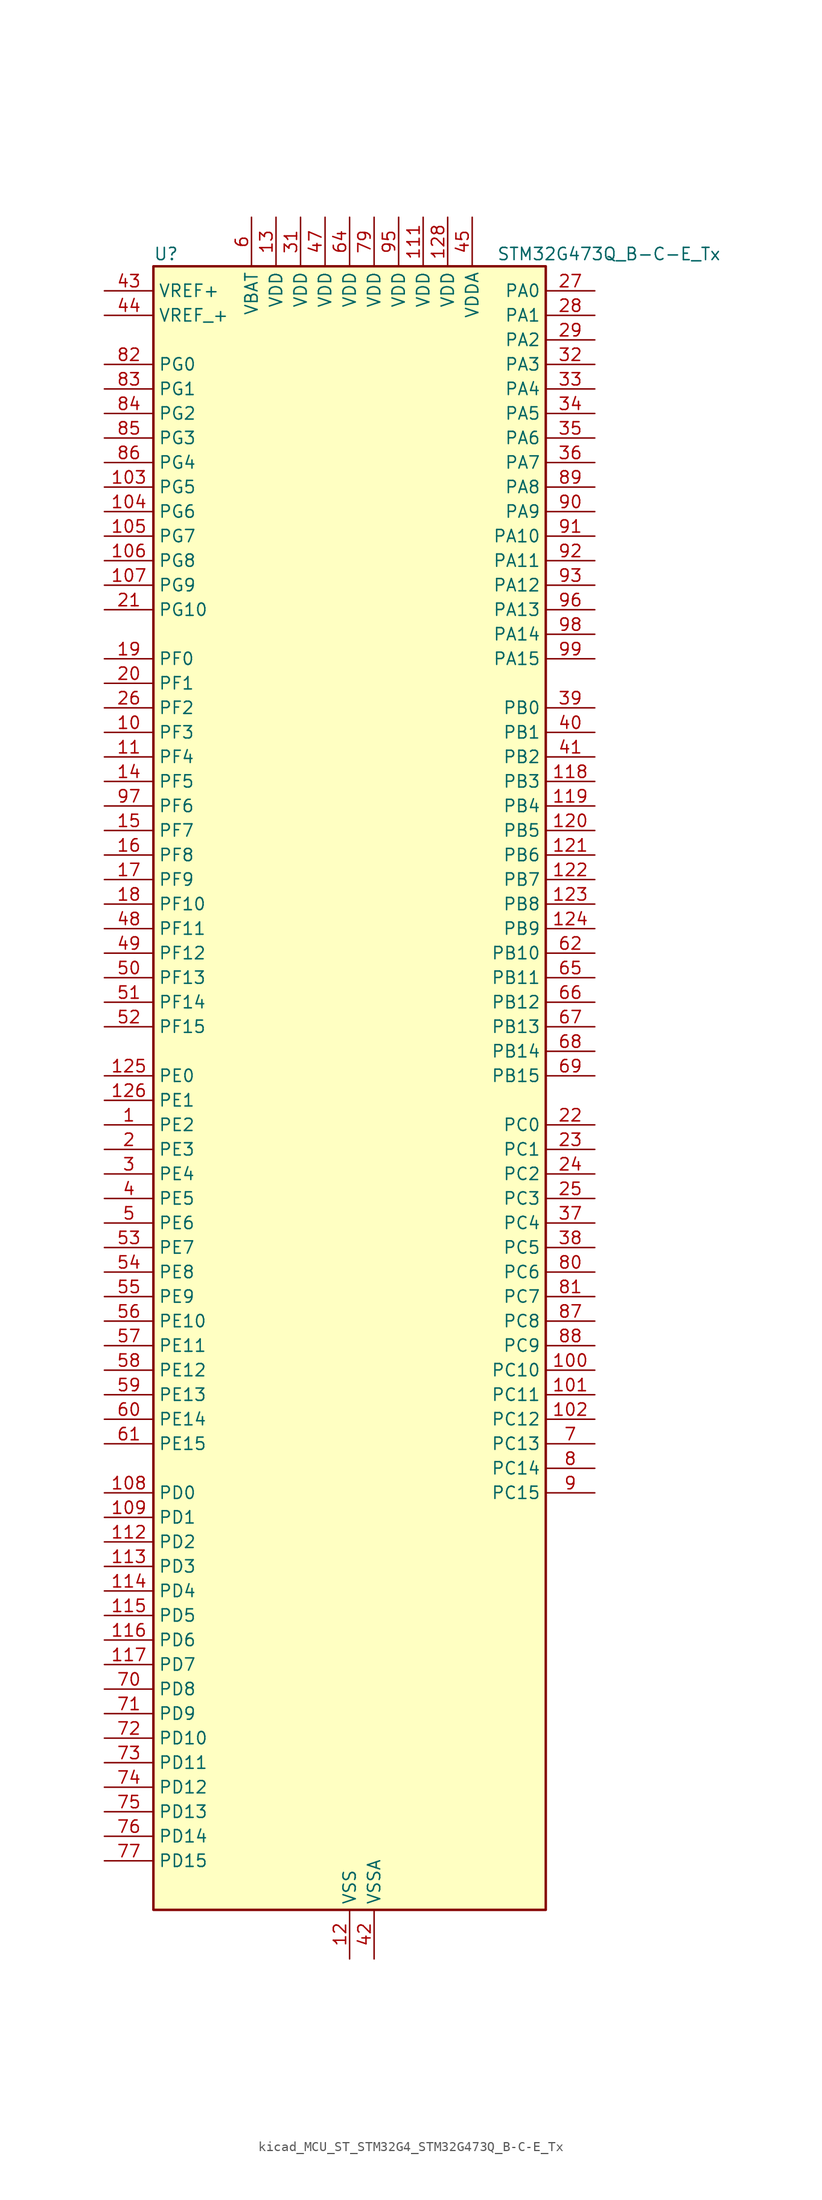
<source format=kicad_sym>
(kicad_symbol_lib
  (version 20220914)
  (generator kicad_symbol_editor)
  (symbol "kicad_MCU_ST_STM32G4_STM32G473Q_B-C-E_Tx"
    (property "Reference" "U"
      (at -20.32 87.63 0)
      (effects (font (size 1.27 1.27)) (justify left)))
    (property "Value" "STM32G473Q_B-C-E_Tx"
      (at 15.24 87.63 0)
      (effects (font (size 1.27 1.27)) (justify left)))
    (property "ki_locked" ""
      (at 0 0 0)
      (effects (font (size 1.27 1.27))))
    (symbol "kicad_MCU_ST_STM32G4_STM32G473Q_B-C-E_Tx_0_1"
      (rectangle (start -20.32 -83.82) (end 20.32 86.36) (stroke (width 0.254) (type default)) (fill (type background))))
    (symbol "kicad_MCU_ST_STM32G4_STM32G473Q_B-C-E_Tx_1_1"
      (pin bidirectional line (at -25.4 -2.54 0) (length 5.08) (name "PE2" (effects (font (size 1.27 1.27)))) (number "1" (effects (font (size 1.27 1.27)))) (alternate "ADC3_EXTI2" bidirectional line) (alternate "ADC4_EXTI2" bidirectional line) (alternate "ADC5_EXTI2" bidirectional line) (alternate "FMC_A23" bidirectional line) (alternate "SAI1_CK1" bidirectional line) (alternate "SAI1_MCLK_A" bidirectional line) (alternate "SPI4_SCK" bidirectional line) (alternate "SYS_TRACECLK" bidirectional line) (alternate "TIM20_CH1" bidirectional line) (alternate "TIM3_CH1" bidirectional line))
      (pin bidirectional line (at -25.4 38.1 0) (length 5.08) (name "PF3" (effects (font (size 1.27 1.27)))) (number "10" (effects (font (size 1.27 1.27)))) (alternate "ADC3_EXTI3" bidirectional line) (alternate "ADC4_EXTI3" bidirectional line) (alternate "ADC5_EXTI3" bidirectional line) (alternate "FMC_A3" bidirectional line) (alternate "I2C3_SCL" bidirectional line) (alternate "TIM20_CH4" bidirectional line))
      (pin bidirectional line (at 25.4 -27.94 180) (length 5.08) (name "PC10" (effects (font (size 1.27 1.27)))) (number "100" (effects (font (size 1.27 1.27)))) (alternate "DAC1_EXTI10" bidirectional line) (alternate "DAC2_EXTI10" bidirectional line) (alternate "DAC3_EXTI10" bidirectional line) (alternate "DAC4_EXTI10" bidirectional line) (alternate "I2S3_CK" bidirectional line) (alternate "SPI3_SCK" bidirectional line) (alternate "TIM8_CH1N" bidirectional line) (alternate "UART4_TX" bidirectional line) (alternate "USART3_TX" bidirectional line))
      (pin bidirectional line (at 25.4 -30.48 180) (length 5.08) (name "PC11" (effects (font (size 1.27 1.27)))) (number "101" (effects (font (size 1.27 1.27)))) (alternate "ADC1_EXTI11" bidirectional line) (alternate "ADC2_EXTI11" bidirectional line) (alternate "I2C3_SDA" bidirectional line) (alternate "SPI3_MISO" bidirectional line) (alternate "TIM8_CH2N" bidirectional line) (alternate "UART4_RX" bidirectional line) (alternate "USART3_RX" bidirectional line))
      (pin bidirectional line (at 25.4 -33.02 180) (length 5.08) (name "PC12" (effects (font (size 1.27 1.27)))) (number "102" (effects (font (size 1.27 1.27)))) (alternate "I2S3_SD" bidirectional line) (alternate "SPI3_MOSI" bidirectional line) (alternate "TIM5_CH2" bidirectional line) (alternate "TIM8_CH3N" bidirectional line) (alternate "UART5_TX" bidirectional line) (alternate "UCPD1_FRSTX1" bidirectional line) (alternate "UCPD1_FRSTX2" bidirectional line) (alternate "USART3_CK" bidirectional line))
      (pin bidirectional line (at -25.4 63.5 0) (length 5.08) (name "PG5" (effects (font (size 1.27 1.27)))) (number "103" (effects (font (size 1.27 1.27)))) (alternate "FMC_A15" bidirectional line) (alternate "LPUART1_CTS" bidirectional line) (alternate "SPI1_NSS" bidirectional line) (alternate "TIM20_ETR" bidirectional line))
      (pin bidirectional line (at -25.4 60.96 0) (length 5.08) (name "PG6" (effects (font (size 1.27 1.27)))) (number "104" (effects (font (size 1.27 1.27)))) (alternate "FMC_INT" bidirectional line) (alternate "I2C3_SMBA" bidirectional line) (alternate "LPUART1_DE" bidirectional line) (alternate "LPUART1_RTS" bidirectional line) (alternate "TIM20_BKIN" bidirectional line))
      (pin bidirectional line (at -25.4 58.42 0) (length 5.08) (name "PG7" (effects (font (size 1.27 1.27)))) (number "105" (effects (font (size 1.27 1.27)))) (alternate "FMC_INT" bidirectional line) (alternate "I2C3_SCL" bidirectional line) (alternate "LPUART1_TX" bidirectional line) (alternate "SAI1_CK1" bidirectional line) (alternate "SAI1_MCLK_A" bidirectional line))
      (pin bidirectional line (at -25.4 55.88 0) (length 5.08) (name "PG8" (effects (font (size 1.27 1.27)))) (number "106" (effects (font (size 1.27 1.27)))) (alternate "FMC_NE3" bidirectional line) (alternate "I2C3_SDA" bidirectional line) (alternate "LPUART1_RX" bidirectional line))
      (pin bidirectional line (at -25.4 53.34 0) (length 5.08) (name "PG9" (effects (font (size 1.27 1.27)))) (number "107" (effects (font (size 1.27 1.27)))) (alternate "DAC1_EXTI9" bidirectional line) (alternate "DAC2_EXTI9" bidirectional line) (alternate "DAC3_EXTI9" bidirectional line) (alternate "DAC4_EXTI9" bidirectional line) (alternate "FMC_NCE" bidirectional line) (alternate "FMC_NE2" bidirectional line) (alternate "SPI3_SCK" bidirectional line) (alternate "TIM15_CH1N" bidirectional line) (alternate "USART1_TX" bidirectional line))
      (pin bidirectional line (at -25.4 -40.64 0) (length 5.08) (name "PD0" (effects (font (size 1.27 1.27)))) (number "108" (effects (font (size 1.27 1.27)))) (alternate "FDCAN1_RX" bidirectional line) (alternate "FMC_D2" bidirectional line) (alternate "FMC_DA2" bidirectional line) (alternate "TIM8_CH4N" bidirectional line))
      (pin bidirectional line (at -25.4 -43.18 0) (length 5.08) (name "PD1" (effects (font (size 1.27 1.27)))) (number "109" (effects (font (size 1.27 1.27)))) (alternate "FDCAN1_TX" bidirectional line) (alternate "FMC_D3" bidirectional line) (alternate "FMC_DA3" bidirectional line) (alternate "TIM8_BKIN2" bidirectional line) (alternate "TIM8_CH4" bidirectional line))
      (pin bidirectional line (at -25.4 35.56 0) (length 5.08) (name "PF4" (effects (font (size 1.27 1.27)))) (number "11" (effects (font (size 1.27 1.27)))) (alternate "COMP1_OUT" bidirectional line) (alternate "FMC_A4" bidirectional line) (alternate "I2C3_SDA" bidirectional line) (alternate "TIM20_CH1N" bidirectional line))
      (pin passive line (at 0 -88.9 90) (length 5.08) hide (name "VSS" (effects (font (size 1.27 1.27)))) (number "110" (effects (font (size 1.27 1.27)))))
      (pin power_in line (at 7.62 91.44 270) (length 5.08) (name "VDD" (effects (font (size 1.27 1.27)))) (number "111" (effects (font (size 1.27 1.27)))))
      (pin bidirectional line (at -25.4 -45.72 0) (length 5.08) (name "PD2" (effects (font (size 1.27 1.27)))) (number "112" (effects (font (size 1.27 1.27)))) (alternate "ADC3_EXTI2" bidirectional line) (alternate "ADC4_EXTI2" bidirectional line) (alternate "ADC5_EXTI2" bidirectional line) (alternate "TIM3_ETR" bidirectional line) (alternate "TIM8_BKIN" bidirectional line) (alternate "UART5_RX" bidirectional line))
      (pin bidirectional line (at -25.4 -48.26 0) (length 5.08) (name "PD3" (effects (font (size 1.27 1.27)))) (number "113" (effects (font (size 1.27 1.27)))) (alternate "ADC3_EXTI3" bidirectional line) (alternate "ADC4_EXTI3" bidirectional line) (alternate "ADC5_EXTI3" bidirectional line) (alternate "FMC_CLK" bidirectional line) (alternate "QUADSPI1_BK2_NCS" bidirectional line) (alternate "TIM2_CH1" bidirectional line) (alternate "TIM2_ETR" bidirectional line) (alternate "USART2_CTS" bidirectional line) (alternate "USART2_NSS" bidirectional line))
      (pin bidirectional line (at -25.4 -50.8 0) (length 5.08) (name "PD4" (effects (font (size 1.27 1.27)))) (number "114" (effects (font (size 1.27 1.27)))) (alternate "FMC_NOE" bidirectional line) (alternate "QUADSPI1_BK2_IO0" bidirectional line) (alternate "TIM2_CH2" bidirectional line) (alternate "USART2_DE" bidirectional line) (alternate "USART2_RTS" bidirectional line))
      (pin bidirectional line (at -25.4 -53.34 0) (length 5.08) (name "PD5" (effects (font (size 1.27 1.27)))) (number "115" (effects (font (size 1.27 1.27)))) (alternate "FMC_NWE" bidirectional line) (alternate "QUADSPI1_BK2_IO1" bidirectional line) (alternate "USART2_TX" bidirectional line))
      (pin bidirectional line (at -25.4 -55.88 0) (length 5.08) (name "PD6" (effects (font (size 1.27 1.27)))) (number "116" (effects (font (size 1.27 1.27)))) (alternate "FMC_NWAIT" bidirectional line) (alternate "QUADSPI1_BK2_IO2" bidirectional line) (alternate "SAI1_D1" bidirectional line) (alternate "SAI1_SD_A" bidirectional line) (alternate "TIM2_CH4" bidirectional line) (alternate "USART2_RX" bidirectional line))
      (pin bidirectional line (at -25.4 -58.42 0) (length 5.08) (name "PD7" (effects (font (size 1.27 1.27)))) (number "117" (effects (font (size 1.27 1.27)))) (alternate "FMC_NCE" bidirectional line) (alternate "FMC_NE1" bidirectional line) (alternate "QUADSPI1_BK2_IO3" bidirectional line) (alternate "TIM2_CH3" bidirectional line) (alternate "USART2_CK" bidirectional line))
      (pin bidirectional line (at 25.4 33.02 180) (length 5.08) (name "PB3" (effects (font (size 1.27 1.27)))) (number "118" (effects (font (size 1.27 1.27)))) (alternate "ADC3_EXTI3" bidirectional line) (alternate "ADC4_EXTI3" bidirectional line) (alternate "ADC5_EXTI3" bidirectional line) (alternate "CRS_SYNC" bidirectional line) (alternate "FDCAN3_RX" bidirectional line) (alternate "I2S3_CK" bidirectional line) (alternate "SAI1_SCK_B" bidirectional line) (alternate "SPI1_SCK" bidirectional line) (alternate "SPI3_SCK" bidirectional line) (alternate "SYS_JTDO-SWO" bidirectional line) (alternate "TIM2_CH2" bidirectional line) (alternate "TIM3_ETR" bidirectional line) (alternate "TIM4_ETR" bidirectional line) (alternate "TIM8_CH1N" bidirectional line) (alternate "USART2_TX" bidirectional line))
      (pin bidirectional line (at 25.4 30.48 180) (length 5.08) (name "PB4" (effects (font (size 1.27 1.27)))) (number "119" (effects (font (size 1.27 1.27)))) (alternate "FDCAN3_TX" bidirectional line) (alternate "SAI1_MCLK_B" bidirectional line) (alternate "SPI1_MISO" bidirectional line) (alternate "SPI3_MISO" bidirectional line) (alternate "SYS_JTRST" bidirectional line) (alternate "TIM16_CH1" bidirectional line) (alternate "TIM17_BKIN" bidirectional line) (alternate "TIM3_CH1" bidirectional line) (alternate "TIM8_CH2N" bidirectional line) (alternate "UART5_DE" bidirectional line) (alternate "UART5_RTS" bidirectional line) (alternate "UCPD1_CC2" bidirectional line) (alternate "USART2_RX" bidirectional line))
      (pin power_in line (at 0 -88.9 90) (length 5.08) (name "VSS" (effects (font (size 1.27 1.27)))) (number "12" (effects (font (size 1.27 1.27)))))
      (pin bidirectional line (at 25.4 27.94 180) (length 5.08) (name "PB5" (effects (font (size 1.27 1.27)))) (number "120" (effects (font (size 1.27 1.27)))) (alternate "FDCAN2_RX" bidirectional line) (alternate "I2C1_SMBA" bidirectional line) (alternate "I2C3_SDA" bidirectional line) (alternate "I2S3_SD" bidirectional line) (alternate "LPTIM1_IN1" bidirectional line) (alternate "SAI1_SD_B" bidirectional line) (alternate "SPI1_MOSI" bidirectional line) (alternate "SPI3_MOSI" bidirectional line) (alternate "TIM16_BKIN" bidirectional line) (alternate "TIM17_CH1" bidirectional line) (alternate "TIM3_CH2" bidirectional line) (alternate "TIM8_CH3N" bidirectional line) (alternate "UART5_CTS" bidirectional line) (alternate "USART2_CK" bidirectional line))
      (pin bidirectional line (at 25.4 25.4 180) (length 5.08) (name "PB6" (effects (font (size 1.27 1.27)))) (number "121" (effects (font (size 1.27 1.27)))) (alternate "COMP4_OUT" bidirectional line) (alternate "FDCAN2_TX" bidirectional line) (alternate "LPTIM1_ETR" bidirectional line) (alternate "SAI1_FS_B" bidirectional line) (alternate "TIM16_CH1N" bidirectional line) (alternate "TIM4_CH1" bidirectional line) (alternate "TIM8_BKIN2" bidirectional line) (alternate "TIM8_CH1" bidirectional line) (alternate "TIM8_ETR" bidirectional line) (alternate "UCPD1_CC1" bidirectional line) (alternate "USART1_TX" bidirectional line))
      (pin bidirectional line (at 25.4 22.86 180) (length 5.08) (name "PB7" (effects (font (size 1.27 1.27)))) (number "122" (effects (font (size 1.27 1.27)))) (alternate "COMP3_OUT" bidirectional line) (alternate "FMC_NL" bidirectional line) (alternate "I2C1_SDA" bidirectional line) (alternate "I2C4_SDA" bidirectional line) (alternate "LPTIM1_IN2" bidirectional line) (alternate "SYS_PVD_IN" bidirectional line) (alternate "TIM17_CH1N" bidirectional line) (alternate "TIM3_CH4" bidirectional line) (alternate "TIM4_CH2" bidirectional line) (alternate "TIM8_BKIN" bidirectional line) (alternate "UART4_CTS" bidirectional line) (alternate "USART1_RX" bidirectional line))
      (pin bidirectional line (at 25.4 20.32 180) (length 5.08) (name "PB8" (effects (font (size 1.27 1.27)))) (number "123" (effects (font (size 1.27 1.27)))) (alternate "COMP1_OUT" bidirectional line) (alternate "FDCAN1_RX" bidirectional line) (alternate "I2C1_SCL" bidirectional line) (alternate "SAI1_CK1" bidirectional line) (alternate "SAI1_MCLK_A" bidirectional line) (alternate "TIM16_CH1" bidirectional line) (alternate "TIM1_BKIN" bidirectional line) (alternate "TIM4_CH3" bidirectional line) (alternate "TIM8_CH2" bidirectional line) (alternate "USART3_RX" bidirectional line))
      (pin bidirectional line (at 25.4 17.78 180) (length 5.08) (name "PB9" (effects (font (size 1.27 1.27)))) (number "124" (effects (font (size 1.27 1.27)))) (alternate "COMP2_OUT" bidirectional line) (alternate "DAC1_EXTI9" bidirectional line) (alternate "DAC2_EXTI9" bidirectional line) (alternate "DAC3_EXTI9" bidirectional line) (alternate "DAC4_EXTI9" bidirectional line) (alternate "FDCAN1_TX" bidirectional line) (alternate "I2C1_SDA" bidirectional line) (alternate "IR_OUT" bidirectional line) (alternate "SAI1_D2" bidirectional line) (alternate "SAI1_FS_A" bidirectional line) (alternate "TIM17_CH1" bidirectional line) (alternate "TIM1_CH3N" bidirectional line) (alternate "TIM4_CH4" bidirectional line) (alternate "TIM8_CH3" bidirectional line) (alternate "USART3_TX" bidirectional line))
      (pin bidirectional line (at -25.4 2.54 0) (length 5.08) (name "PE0" (effects (font (size 1.27 1.27)))) (number "125" (effects (font (size 1.27 1.27)))) (alternate "FMC_NBL0" bidirectional line) (alternate "TIM16_CH1" bidirectional line) (alternate "TIM20_CH4N" bidirectional line) (alternate "TIM20_ETR" bidirectional line) (alternate "TIM4_ETR" bidirectional line) (alternate "USART1_TX" bidirectional line))
      (pin bidirectional line (at -25.4 0 0) (length 5.08) (name "PE1" (effects (font (size 1.27 1.27)))) (number "126" (effects (font (size 1.27 1.27)))) (alternate "FMC_NBL1" bidirectional line) (alternate "TIM17_CH1" bidirectional line) (alternate "TIM20_CH4" bidirectional line) (alternate "USART1_RX" bidirectional line))
      (pin passive line (at 0 -88.9 90) (length 5.08) hide (name "VSS" (effects (font (size 1.27 1.27)))) (number "127" (effects (font (size 1.27 1.27)))))
      (pin power_in line (at 10.16 91.44 270) (length 5.08) (name "VDD" (effects (font (size 1.27 1.27)))) (number "128" (effects (font (size 1.27 1.27)))))
      (pin power_in line (at -7.62 91.44 270) (length 5.08) (name "VDD" (effects (font (size 1.27 1.27)))) (number "13" (effects (font (size 1.27 1.27)))))
      (pin bidirectional line (at -25.4 33.02 0) (length 5.08) (name "PF5" (effects (font (size 1.27 1.27)))) (number "14" (effects (font (size 1.27 1.27)))) (alternate "FMC_A5" bidirectional line) (alternate "TIM20_CH2N" bidirectional line))
      (pin bidirectional line (at -25.4 27.94 0) (length 5.08) (name "PF7" (effects (font (size 1.27 1.27)))) (number "15" (effects (font (size 1.27 1.27)))) (alternate "FMC_A1" bidirectional line) (alternate "QUADSPI1_BK1_IO2" bidirectional line) (alternate "SAI1_MCLK_B" bidirectional line) (alternate "TIM20_BKIN" bidirectional line) (alternate "TIM5_CH2" bidirectional line))
      (pin bidirectional line (at -25.4 25.4 0) (length 5.08) (name "PF8" (effects (font (size 1.27 1.27)))) (number "16" (effects (font (size 1.27 1.27)))) (alternate "FMC_A24" bidirectional line) (alternate "QUADSPI1_BK1_IO0" bidirectional line) (alternate "SAI1_SCK_B" bidirectional line) (alternate "TIM20_BKIN2" bidirectional line) (alternate "TIM5_CH3" bidirectional line))
      (pin bidirectional line (at -25.4 22.86 0) (length 5.08) (name "PF9" (effects (font (size 1.27 1.27)))) (number "17" (effects (font (size 1.27 1.27)))) (alternate "DAC1_EXTI9" bidirectional line) (alternate "DAC2_EXTI9" bidirectional line) (alternate "DAC3_EXTI9" bidirectional line) (alternate "DAC4_EXTI9" bidirectional line) (alternate "FMC_A25" bidirectional line) (alternate "QUADSPI1_BK1_IO1" bidirectional line) (alternate "SAI1_FS_B" bidirectional line) (alternate "SPI2_SCK" bidirectional line) (alternate "TIM15_CH1" bidirectional line) (alternate "TIM20_BKIN" bidirectional line) (alternate "TIM5_CH4" bidirectional line))
      (pin bidirectional line (at -25.4 20.32 0) (length 5.08) (name "PF10" (effects (font (size 1.27 1.27)))) (number "18" (effects (font (size 1.27 1.27)))) (alternate "DAC1_EXTI10" bidirectional line) (alternate "DAC2_EXTI10" bidirectional line) (alternate "DAC3_EXTI10" bidirectional line) (alternate "DAC4_EXTI10" bidirectional line) (alternate "FMC_A0" bidirectional line) (alternate "QUADSPI1_CLK" bidirectional line) (alternate "SAI1_D3" bidirectional line) (alternate "SPI2_SCK" bidirectional line) (alternate "TIM15_CH2" bidirectional line) (alternate "TIM20_BKIN2" bidirectional line))
      (pin bidirectional line (at -25.4 45.72 0) (length 5.08) (name "PF0" (effects (font (size 1.27 1.27)))) (number "19" (effects (font (size 1.27 1.27)))) (alternate "ADC1_IN10" bidirectional line) (alternate "I2C2_SDA" bidirectional line) (alternate "I2S2_WS" bidirectional line) (alternate "RCC_OSC_IN" bidirectional line) (alternate "SPI2_NSS" bidirectional line) (alternate "TIM1_CH3N" bidirectional line))
      (pin bidirectional line (at -25.4 -5.08 0) (length 5.08) (name "PE3" (effects (font (size 1.27 1.27)))) (number "2" (effects (font (size 1.27 1.27)))) (alternate "ADC3_EXTI3" bidirectional line) (alternate "ADC4_EXTI3" bidirectional line) (alternate "ADC5_EXTI3" bidirectional line) (alternate "FMC_A19" bidirectional line) (alternate "SAI1_SD_B" bidirectional line) (alternate "SPI4_NSS" bidirectional line) (alternate "SYS_TRACED0" bidirectional line) (alternate "TIM20_CH2" bidirectional line) (alternate "TIM3_CH2" bidirectional line))
      (pin bidirectional line (at -25.4 43.18 0) (length 5.08) (name "PF1" (effects (font (size 1.27 1.27)))) (number "20" (effects (font (size 1.27 1.27)))) (alternate "ADC2_IN10" bidirectional line) (alternate "COMP3_INM" bidirectional line) (alternate "I2S2_CK" bidirectional line) (alternate "RCC_OSC_OUT" bidirectional line) (alternate "SPI2_SCK" bidirectional line))
      (pin bidirectional line (at -25.4 50.8 0) (length 5.08) (name "PG10" (effects (font (size 1.27 1.27)))) (number "21" (effects (font (size 1.27 1.27)))) (alternate "DAC1_EXTI10" bidirectional line) (alternate "DAC2_EXTI10" bidirectional line) (alternate "DAC3_EXTI10" bidirectional line) (alternate "DAC4_EXTI10" bidirectional line) (alternate "RCC_MCO" bidirectional line))
      (pin bidirectional line (at 25.4 -2.54 180) (length 5.08) (name "PC0" (effects (font (size 1.27 1.27)))) (number "22" (effects (font (size 1.27 1.27)))) (alternate "ADC1_IN6" bidirectional line) (alternate "ADC2_IN6" bidirectional line) (alternate "COMP3_INM" bidirectional line) (alternate "LPTIM1_IN1" bidirectional line) (alternate "LPUART1_RX" bidirectional line) (alternate "TIM1_CH1" bidirectional line))
      (pin bidirectional line (at 25.4 -5.08 180) (length 5.08) (name "PC1" (effects (font (size 1.27 1.27)))) (number "23" (effects (font (size 1.27 1.27)))) (alternate "ADC1_IN7" bidirectional line) (alternate "ADC2_IN7" bidirectional line) (alternate "COMP3_INP" bidirectional line) (alternate "LPTIM1_OUT" bidirectional line) (alternate "LPUART1_TX" bidirectional line) (alternate "QUADSPI1_BK2_IO0" bidirectional line) (alternate "SAI1_SD_A" bidirectional line) (alternate "TIM1_CH2" bidirectional line))
      (pin bidirectional line (at 25.4 -7.62 180) (length 5.08) (name "PC2" (effects (font (size 1.27 1.27)))) (number "24" (effects (font (size 1.27 1.27)))) (alternate "ADC1_IN8" bidirectional line) (alternate "ADC2_IN8" bidirectional line) (alternate "ADC3_EXTI2" bidirectional line) (alternate "ADC4_EXTI2" bidirectional line) (alternate "ADC5_EXTI2" bidirectional line) (alternate "COMP3_OUT" bidirectional line) (alternate "LPTIM1_IN2" bidirectional line) (alternate "QUADSPI1_BK2_IO1" bidirectional line) (alternate "TIM1_CH3" bidirectional line) (alternate "TIM20_CH2" bidirectional line))
      (pin bidirectional line (at 25.4 -10.16 180) (length 5.08) (name "PC3" (effects (font (size 1.27 1.27)))) (number "25" (effects (font (size 1.27 1.27)))) (alternate "ADC1_IN9" bidirectional line) (alternate "ADC2_IN9" bidirectional line) (alternate "ADC3_EXTI3" bidirectional line) (alternate "ADC4_EXTI3" bidirectional line) (alternate "ADC5_EXTI3" bidirectional line) (alternate "LPTIM1_ETR" bidirectional line) (alternate "OPAMP5_VINP" bidirectional line) (alternate "OPAMP5_VINP_SEC" bidirectional line) (alternate "QUADSPI1_BK2_IO2" bidirectional line) (alternate "SAI1_D1" bidirectional line) (alternate "SAI1_SD_A" bidirectional line) (alternate "TIM1_BKIN2" bidirectional line) (alternate "TIM1_CH4" bidirectional line))
      (pin bidirectional line (at -25.4 40.64 0) (length 5.08) (name "PF2" (effects (font (size 1.27 1.27)))) (number "26" (effects (font (size 1.27 1.27)))) (alternate "ADC3_EXTI2" bidirectional line) (alternate "ADC4_EXTI2" bidirectional line) (alternate "ADC5_EXTI2" bidirectional line) (alternate "FMC_A2" bidirectional line) (alternate "I2C2_SMBA" bidirectional line) (alternate "TIM20_CH3" bidirectional line))
      (pin bidirectional line (at 25.4 83.82 180) (length 5.08) (name "PA0" (effects (font (size 1.27 1.27)))) (number "27" (effects (font (size 1.27 1.27)))) (alternate "ADC1_IN1" bidirectional line) (alternate "ADC2_IN1" bidirectional line) (alternate "COMP1_INM" bidirectional line) (alternate "COMP1_OUT" bidirectional line) (alternate "COMP3_INP" bidirectional line) (alternate "RTC_TAMP2" bidirectional line) (alternate "SYS_WKUP1" bidirectional line) (alternate "TIM2_CH1" bidirectional line) (alternate "TIM2_ETR" bidirectional line) (alternate "TIM5_CH1" bidirectional line) (alternate "TIM8_BKIN" bidirectional line) (alternate "TIM8_ETR" bidirectional line) (alternate "USART2_CTS" bidirectional line) (alternate "USART2_NSS" bidirectional line))
      (pin bidirectional line (at 25.4 81.28 180) (length 5.08) (name "PA1" (effects (font (size 1.27 1.27)))) (number "28" (effects (font (size 1.27 1.27)))) (alternate "ADC1_IN2" bidirectional line) (alternate "ADC2_IN2" bidirectional line) (alternate "COMP1_INP" bidirectional line) (alternate "OPAMP1_VINP" bidirectional line) (alternate "OPAMP1_VINP_SEC" bidirectional line) (alternate "OPAMP3_VINP" bidirectional line) (alternate "OPAMP3_VINP_SEC" bidirectional line) (alternate "OPAMP6_VINM" bidirectional line) (alternate "OPAMP6_VINM0" bidirectional line) (alternate "OPAMP6_VINM_SEC" bidirectional line) (alternate "RTC_REFIN" bidirectional line) (alternate "TIM15_CH1N" bidirectional line) (alternate "TIM2_CH2" bidirectional line) (alternate "TIM5_CH2" bidirectional line) (alternate "USART2_DE" bidirectional line) (alternate "USART2_RTS" bidirectional line))
      (pin bidirectional line (at 25.4 78.74 180) (length 5.08) (name "PA2" (effects (font (size 1.27 1.27)))) (number "29" (effects (font (size 1.27 1.27)))) (alternate "ADC1_IN3" bidirectional line) (alternate "ADC3_EXTI2" bidirectional line) (alternate "ADC4_EXTI2" bidirectional line) (alternate "ADC5_EXTI2" bidirectional line) (alternate "COMP2_INM" bidirectional line) (alternate "COMP2_OUT" bidirectional line) (alternate "LPUART1_TX" bidirectional line) (alternate "OPAMP1_VOUT" bidirectional line) (alternate "QUADSPI1_BK1_NCS" bidirectional line) (alternate "RCC_LSCO" bidirectional line) (alternate "SYS_WKUP4" bidirectional line) (alternate "TIM15_CH1" bidirectional line) (alternate "TIM2_CH3" bidirectional line) (alternate "TIM5_CH3" bidirectional line) (alternate "UCPD1_FRSTX1" bidirectional line) (alternate "UCPD1_FRSTX2" bidirectional line) (alternate "USART2_TX" bidirectional line))
      (pin bidirectional line (at -25.4 -7.62 0) (length 5.08) (name "PE4" (effects (font (size 1.27 1.27)))) (number "3" (effects (font (size 1.27 1.27)))) (alternate "FMC_A20" bidirectional line) (alternate "SAI1_D2" bidirectional line) (alternate "SAI1_FS_A" bidirectional line) (alternate "SPI4_NSS" bidirectional line) (alternate "SYS_TRACED1" bidirectional line) (alternate "TIM20_CH1N" bidirectional line) (alternate "TIM3_CH3" bidirectional line))
      (pin passive line (at 0 -88.9 90) (length 5.08) hide (name "VSS" (effects (font (size 1.27 1.27)))) (number "30" (effects (font (size 1.27 1.27)))))
      (pin power_in line (at -5.08 91.44 270) (length 5.08) (name "VDD" (effects (font (size 1.27 1.27)))) (number "31" (effects (font (size 1.27 1.27)))))
      (pin bidirectional line (at 25.4 76.2 180) (length 5.08) (name "PA3" (effects (font (size 1.27 1.27)))) (number "32" (effects (font (size 1.27 1.27)))) (alternate "ADC1_IN4" bidirectional line) (alternate "ADC3_EXTI3" bidirectional line) (alternate "ADC4_EXTI3" bidirectional line) (alternate "ADC5_EXTI3" bidirectional line) (alternate "COMP2_INP" bidirectional line) (alternate "LPUART1_RX" bidirectional line) (alternate "OPAMP1_VINM" bidirectional line) (alternate "OPAMP1_VINM0" bidirectional line) (alternate "OPAMP1_VINM_SEC" bidirectional line) (alternate "OPAMP1_VINP" bidirectional line) (alternate "OPAMP1_VINP_SEC" bidirectional line) (alternate "OPAMP5_VINM" bidirectional line) (alternate "OPAMP5_VINM1" bidirectional line) (alternate "OPAMP5_VINM_SEC" bidirectional line) (alternate "QUADSPI1_CLK" bidirectional line) (alternate "SAI1_CK1" bidirectional line) (alternate "SAI1_MCLK_A" bidirectional line) (alternate "TIM15_CH2" bidirectional line) (alternate "TIM2_CH4" bidirectional line) (alternate "TIM5_CH4" bidirectional line) (alternate "USART2_RX" bidirectional line))
      (pin bidirectional line (at 25.4 73.66 180) (length 5.08) (name "PA4" (effects (font (size 1.27 1.27)))) (number "33" (effects (font (size 1.27 1.27)))) (alternate "ADC2_IN17" bidirectional line) (alternate "COMP1_INM" bidirectional line) (alternate "DAC1_OUT1" bidirectional line) (alternate "I2S3_WS" bidirectional line) (alternate "SAI1_FS_B" bidirectional line) (alternate "SPI1_NSS" bidirectional line) (alternate "SPI3_NSS" bidirectional line) (alternate "TIM3_CH2" bidirectional line) (alternate "USART2_CK" bidirectional line))
      (pin bidirectional line (at 25.4 71.12 180) (length 5.08) (name "PA5" (effects (font (size 1.27 1.27)))) (number "34" (effects (font (size 1.27 1.27)))) (alternate "ADC2_IN13" bidirectional line) (alternate "COMP2_INM" bidirectional line) (alternate "DAC1_OUT2" bidirectional line) (alternate "OPAMP2_VINM" bidirectional line) (alternate "OPAMP2_VINM0" bidirectional line) (alternate "OPAMP2_VINM_SEC" bidirectional line) (alternate "SPI1_SCK" bidirectional line) (alternate "TIM2_CH1" bidirectional line) (alternate "TIM2_ETR" bidirectional line) (alternate "UCPD1_FRSTX1" bidirectional line) (alternate "UCPD1_FRSTX2" bidirectional line))
      (pin bidirectional line (at 25.4 68.58 180) (length 5.08) (name "PA6" (effects (font (size 1.27 1.27)))) (number "35" (effects (font (size 1.27 1.27)))) (alternate "ADC2_IN3" bidirectional line) (alternate "COMP1_OUT" bidirectional line) (alternate "DAC2_OUT1" bidirectional line) (alternate "LPUART1_CTS" bidirectional line) (alternate "OPAMP2_VOUT" bidirectional line) (alternate "QUADSPI1_BK1_IO3" bidirectional line) (alternate "SPI1_MISO" bidirectional line) (alternate "TIM16_CH1" bidirectional line) (alternate "TIM1_BKIN" bidirectional line) (alternate "TIM3_CH1" bidirectional line) (alternate "TIM8_BKIN" bidirectional line))
      (pin bidirectional line (at 25.4 66.04 180) (length 5.08) (name "PA7" (effects (font (size 1.27 1.27)))) (number "36" (effects (font (size 1.27 1.27)))) (alternate "ADC2_IN4" bidirectional line) (alternate "COMP2_INP" bidirectional line) (alternate "COMP2_OUT" bidirectional line) (alternate "OPAMP1_VINP" bidirectional line) (alternate "OPAMP1_VINP_SEC" bidirectional line) (alternate "OPAMP2_VINP" bidirectional line) (alternate "OPAMP2_VINP_SEC" bidirectional line) (alternate "QUADSPI1_BK1_IO2" bidirectional line) (alternate "SPI1_MOSI" bidirectional line) (alternate "TIM17_CH1" bidirectional line) (alternate "TIM1_CH1N" bidirectional line) (alternate "TIM3_CH2" bidirectional line) (alternate "TIM8_CH1N" bidirectional line) (alternate "UCPD1_FRSTX1" bidirectional line) (alternate "UCPD1_FRSTX2" bidirectional line))
      (pin bidirectional line (at 25.4 -12.7 180) (length 5.08) (name "PC4" (effects (font (size 1.27 1.27)))) (number "37" (effects (font (size 1.27 1.27)))) (alternate "ADC2_IN5" bidirectional line) (alternate "I2C2_SCL" bidirectional line) (alternate "QUADSPI1_BK2_IO3" bidirectional line) (alternate "TIM1_ETR" bidirectional line) (alternate "USART1_TX" bidirectional line))
      (pin bidirectional line (at 25.4 -15.24 180) (length 5.08) (name "PC5" (effects (font (size 1.27 1.27)))) (number "38" (effects (font (size 1.27 1.27)))) (alternate "ADC2_IN11" bidirectional line) (alternate "OPAMP1_VINM" bidirectional line) (alternate "OPAMP1_VINM1" bidirectional line) (alternate "OPAMP1_VINM_SEC" bidirectional line) (alternate "OPAMP2_VINM" bidirectional line) (alternate "OPAMP2_VINM1" bidirectional line) (alternate "OPAMP2_VINM_SEC" bidirectional line) (alternate "SAI1_D3" bidirectional line) (alternate "SYS_WKUP5" bidirectional line) (alternate "TIM15_BKIN" bidirectional line) (alternate "TIM1_CH4N" bidirectional line) (alternate "USART1_RX" bidirectional line))
      (pin bidirectional line (at 25.4 40.64 180) (length 5.08) (name "PB0" (effects (font (size 1.27 1.27)))) (number "39" (effects (font (size 1.27 1.27)))) (alternate "ADC1_IN15" bidirectional line) (alternate "ADC3_IN12" bidirectional line) (alternate "COMP4_INP" bidirectional line) (alternate "OPAMP2_VINP" bidirectional line) (alternate "OPAMP2_VINP_SEC" bidirectional line) (alternate "OPAMP3_VINP" bidirectional line) (alternate "OPAMP3_VINP_SEC" bidirectional line) (alternate "QUADSPI1_BK1_IO1" bidirectional line) (alternate "TIM1_CH2N" bidirectional line) (alternate "TIM3_CH3" bidirectional line) (alternate "TIM8_CH2N" bidirectional line) (alternate "UCPD1_FRSTX1" bidirectional line) (alternate "UCPD1_FRSTX2" bidirectional line))
      (pin bidirectional line (at -25.4 -10.16 0) (length 5.08) (name "PE5" (effects (font (size 1.27 1.27)))) (number "4" (effects (font (size 1.27 1.27)))) (alternate "FMC_A21" bidirectional line) (alternate "SAI1_CK2" bidirectional line) (alternate "SAI1_SCK_A" bidirectional line) (alternate "SPI4_MISO" bidirectional line) (alternate "SYS_TRACED2" bidirectional line) (alternate "TIM20_CH2N" bidirectional line) (alternate "TIM3_CH4" bidirectional line))
      (pin bidirectional line (at 25.4 38.1 180) (length 5.08) (name "PB1" (effects (font (size 1.27 1.27)))) (number "40" (effects (font (size 1.27 1.27)))) (alternate "ADC1_IN12" bidirectional line) (alternate "ADC3_IN1" bidirectional line) (alternate "COMP1_INP" bidirectional line) (alternate "COMP4_OUT" bidirectional line) (alternate "LPUART1_DE" bidirectional line) (alternate "LPUART1_RTS" bidirectional line) (alternate "OPAMP3_VOUT" bidirectional line) (alternate "OPAMP6_VINM" bidirectional line) (alternate "OPAMP6_VINM1" bidirectional line) (alternate "OPAMP6_VINM_SEC" bidirectional line) (alternate "QUADSPI1_BK1_IO0" bidirectional line) (alternate "TIM1_CH3N" bidirectional line) (alternate "TIM3_CH4" bidirectional line) (alternate "TIM8_CH3N" bidirectional line))
      (pin bidirectional line (at 25.4 35.56 180) (length 5.08) (name "PB2" (effects (font (size 1.27 1.27)))) (number "41" (effects (font (size 1.27 1.27)))) (alternate "ADC2_IN12" bidirectional line) (alternate "ADC3_EXTI2" bidirectional line) (alternate "ADC4_EXTI2" bidirectional line) (alternate "ADC5_EXTI2" bidirectional line) (alternate "COMP4_INM" bidirectional line) (alternate "I2C3_SMBA" bidirectional line) (alternate "LPTIM1_OUT" bidirectional line) (alternate "OPAMP3_VINM" bidirectional line) (alternate "OPAMP3_VINM0" bidirectional line) (alternate "OPAMP3_VINM_SEC" bidirectional line) (alternate "QUADSPI1_BK2_IO1" bidirectional line) (alternate "RTC_OUT2" bidirectional line) (alternate "TIM20_CH1" bidirectional line) (alternate "TIM5_CH1" bidirectional line))
      (pin power_in line (at 2.54 -88.9 90) (length 5.08) (name "VSSA" (effects (font (size 1.27 1.27)))) (number "42" (effects (font (size 1.27 1.27)))))
      (pin input line (at -25.4 83.82 0) (length 5.08) (name "VREF+" (effects (font (size 1.27 1.27)))) (number "43" (effects (font (size 1.27 1.27)))) (alternate "VREFBUF_OUT1" bidirectional line))
      (pin input line (at -25.4 81.28 0) (length 5.08) (name "VREF_+" (effects (font (size 1.27 1.27)))) (number "44" (effects (font (size 1.27 1.27)))) (alternate "VREFBUF_OUT2" bidirectional line))
      (pin power_in line (at 12.7 91.44 270) (length 5.08) (name "VDDA" (effects (font (size 1.27 1.27)))) (number "45" (effects (font (size 1.27 1.27)))))
      (pin passive line (at 0 -88.9 90) (length 5.08) hide (name "VSS" (effects (font (size 1.27 1.27)))) (number "46" (effects (font (size 1.27 1.27)))))
      (pin power_in line (at -2.54 91.44 270) (length 5.08) (name "VDD" (effects (font (size 1.27 1.27)))) (number "47" (effects (font (size 1.27 1.27)))))
      (pin bidirectional line (at -25.4 17.78 0) (length 5.08) (name "PF11" (effects (font (size 1.27 1.27)))) (number "48" (effects (font (size 1.27 1.27)))) (alternate "ADC1_EXTI11" bidirectional line) (alternate "ADC2_EXTI11" bidirectional line) (alternate "FMC_NE4" bidirectional line) (alternate "TIM20_ETR" bidirectional line))
      (pin bidirectional line (at -25.4 15.24 0) (length 5.08) (name "PF12" (effects (font (size 1.27 1.27)))) (number "49" (effects (font (size 1.27 1.27)))) (alternate "FMC_A6" bidirectional line) (alternate "TIM20_CH1" bidirectional line))
      (pin bidirectional line (at -25.4 -12.7 0) (length 5.08) (name "PE6" (effects (font (size 1.27 1.27)))) (number "5" (effects (font (size 1.27 1.27)))) (alternate "FMC_A22" bidirectional line) (alternate "RTC_TAMP3" bidirectional line) (alternate "SAI1_D1" bidirectional line) (alternate "SAI1_SD_A" bidirectional line) (alternate "SPI4_MOSI" bidirectional line) (alternate "SYS_TRACED3" bidirectional line) (alternate "SYS_WKUP3" bidirectional line) (alternate "TIM20_CH3N" bidirectional line))
      (pin bidirectional line (at -25.4 12.7 0) (length 5.08) (name "PF13" (effects (font (size 1.27 1.27)))) (number "50" (effects (font (size 1.27 1.27)))) (alternate "FMC_A7" bidirectional line) (alternate "I2C4_SMBA" bidirectional line) (alternate "TIM20_CH2" bidirectional line))
      (pin bidirectional line (at -25.4 10.16 0) (length 5.08) (name "PF14" (effects (font (size 1.27 1.27)))) (number "51" (effects (font (size 1.27 1.27)))) (alternate "FMC_A8" bidirectional line) (alternate "I2C4_SCL" bidirectional line) (alternate "TIM20_CH3" bidirectional line))
      (pin bidirectional line (at -25.4 7.62 0) (length 5.08) (name "PF15" (effects (font (size 1.27 1.27)))) (number "52" (effects (font (size 1.27 1.27)))) (alternate "ADC1_EXTI15" bidirectional line) (alternate "ADC2_EXTI15" bidirectional line) (alternate "FMC_A9" bidirectional line) (alternate "I2C4_SDA" bidirectional line) (alternate "TIM20_CH4" bidirectional line))
      (pin bidirectional line (at -25.4 -15.24 0) (length 5.08) (name "PE7" (effects (font (size 1.27 1.27)))) (number "53" (effects (font (size 1.27 1.27)))) (alternate "ADC3_IN4" bidirectional line) (alternate "COMP4_INP" bidirectional line) (alternate "FMC_D4" bidirectional line) (alternate "FMC_DA4" bidirectional line) (alternate "SAI1_SD_B" bidirectional line) (alternate "TIM1_ETR" bidirectional line))
      (pin bidirectional line (at -25.4 -17.78 0) (length 5.08) (name "PE8" (effects (font (size 1.27 1.27)))) (number "54" (effects (font (size 1.27 1.27)))) (alternate "ADC3_IN6" bidirectional line) (alternate "ADC4_IN6" bidirectional line) (alternate "ADC5_IN6" bidirectional line) (alternate "COMP4_INM" bidirectional line) (alternate "FMC_D5" bidirectional line) (alternate "FMC_DA5" bidirectional line) (alternate "SAI1_SCK_B" bidirectional line) (alternate "TIM1_CH1N" bidirectional line) (alternate "TIM5_CH3" bidirectional line))
      (pin bidirectional line (at -25.4 -20.32 0) (length 5.08) (name "PE9" (effects (font (size 1.27 1.27)))) (number "55" (effects (font (size 1.27 1.27)))) (alternate "ADC3_IN2" bidirectional line) (alternate "DAC1_EXTI9" bidirectional line) (alternate "DAC2_EXTI9" bidirectional line) (alternate "DAC3_EXTI9" bidirectional line) (alternate "DAC4_EXTI9" bidirectional line) (alternate "FMC_D6" bidirectional line) (alternate "FMC_DA6" bidirectional line) (alternate "SAI1_FS_B" bidirectional line) (alternate "TIM1_CH1" bidirectional line) (alternate "TIM5_CH4" bidirectional line))
      (pin bidirectional line (at -25.4 -22.86 0) (length 5.08) (name "PE10" (effects (font (size 1.27 1.27)))) (number "56" (effects (font (size 1.27 1.27)))) (alternate "ADC3_IN14" bidirectional line) (alternate "ADC4_IN14" bidirectional line) (alternate "ADC5_IN14" bidirectional line) (alternate "DAC1_EXTI10" bidirectional line) (alternate "DAC2_EXTI10" bidirectional line) (alternate "DAC3_EXTI10" bidirectional line) (alternate "DAC4_EXTI10" bidirectional line) (alternate "FMC_D7" bidirectional line) (alternate "FMC_DA7" bidirectional line) (alternate "QUADSPI1_CLK" bidirectional line) (alternate "SAI1_MCLK_B" bidirectional line) (alternate "TIM1_CH2N" bidirectional line))
      (pin bidirectional line (at -25.4 -25.4 0) (length 5.08) (name "PE11" (effects (font (size 1.27 1.27)))) (number "57" (effects (font (size 1.27 1.27)))) (alternate "ADC1_EXTI11" bidirectional line) (alternate "ADC2_EXTI11" bidirectional line) (alternate "ADC3_IN15" bidirectional line) (alternate "ADC4_IN15" bidirectional line) (alternate "ADC5_IN15" bidirectional line) (alternate "FMC_D8" bidirectional line) (alternate "FMC_DA8" bidirectional line) (alternate "QUADSPI1_BK1_NCS" bidirectional line) (alternate "SPI4_NSS" bidirectional line) (alternate "TIM1_CH2" bidirectional line))
      (pin bidirectional line (at -25.4 -27.94 0) (length 5.08) (name "PE12" (effects (font (size 1.27 1.27)))) (number "58" (effects (font (size 1.27 1.27)))) (alternate "ADC3_IN16" bidirectional line) (alternate "ADC4_IN16" bidirectional line) (alternate "ADC5_IN16" bidirectional line) (alternate "FMC_D9" bidirectional line) (alternate "FMC_DA9" bidirectional line) (alternate "QUADSPI1_BK1_IO0" bidirectional line) (alternate "SPI4_SCK" bidirectional line) (alternate "TIM1_CH3N" bidirectional line))
      (pin bidirectional line (at -25.4 -30.48 0) (length 5.08) (name "PE13" (effects (font (size 1.27 1.27)))) (number "59" (effects (font (size 1.27 1.27)))) (alternate "ADC3_IN3" bidirectional line) (alternate "FMC_D10" bidirectional line) (alternate "FMC_DA10" bidirectional line) (alternate "QUADSPI1_BK1_IO1" bidirectional line) (alternate "SPI4_MISO" bidirectional line) (alternate "TIM1_CH3" bidirectional line))
      (pin power_in line (at -10.16 91.44 270) (length 5.08) (name "VBAT" (effects (font (size 1.27 1.27)))) (number "6" (effects (font (size 1.27 1.27)))))
      (pin bidirectional line (at -25.4 -33.02 0) (length 5.08) (name "PE14" (effects (font (size 1.27 1.27)))) (number "60" (effects (font (size 1.27 1.27)))) (alternate "ADC4_IN1" bidirectional line) (alternate "FMC_D11" bidirectional line) (alternate "FMC_DA11" bidirectional line) (alternate "QUADSPI1_BK1_IO2" bidirectional line) (alternate "SPI4_MOSI" bidirectional line) (alternate "TIM1_BKIN2" bidirectional line) (alternate "TIM1_CH4" bidirectional line))
      (pin bidirectional line (at -25.4 -35.56 0) (length 5.08) (name "PE15" (effects (font (size 1.27 1.27)))) (number "61" (effects (font (size 1.27 1.27)))) (alternate "ADC1_EXTI15" bidirectional line) (alternate "ADC2_EXTI15" bidirectional line) (alternate "ADC4_IN2" bidirectional line) (alternate "FMC_D12" bidirectional line) (alternate "FMC_DA12" bidirectional line) (alternate "QUADSPI1_BK1_IO3" bidirectional line) (alternate "TIM1_BKIN" bidirectional line) (alternate "TIM1_CH4N" bidirectional line) (alternate "USART3_RX" bidirectional line))
      (pin bidirectional line (at 25.4 15.24 180) (length 5.08) (name "PB10" (effects (font (size 1.27 1.27)))) (number "62" (effects (font (size 1.27 1.27)))) (alternate "COMP5_INM" bidirectional line) (alternate "DAC1_EXTI10" bidirectional line) (alternate "DAC2_EXTI10" bidirectional line) (alternate "DAC3_EXTI10" bidirectional line) (alternate "DAC4_EXTI10" bidirectional line) (alternate "LPUART1_RX" bidirectional line) (alternate "OPAMP3_VINM" bidirectional line) (alternate "OPAMP3_VINM1" bidirectional line) (alternate "OPAMP3_VINM_SEC" bidirectional line) (alternate "OPAMP4_VINM" bidirectional line) (alternate "OPAMP4_VINM0" bidirectional line) (alternate "OPAMP4_VINM_SEC" bidirectional line) (alternate "QUADSPI1_CLK" bidirectional line) (alternate "SAI1_SCK_A" bidirectional line) (alternate "TIM1_BKIN" bidirectional line) (alternate "TIM2_CH3" bidirectional line) (alternate "USART3_TX" bidirectional line))
      (pin passive line (at 0 -88.9 90) (length 5.08) hide (name "VSS" (effects (font (size 1.27 1.27)))) (number "63" (effects (font (size 1.27 1.27)))))
      (pin power_in line (at 0 91.44 270) (length 5.08) (name "VDD" (effects (font (size 1.27 1.27)))) (number "64" (effects (font (size 1.27 1.27)))))
      (pin bidirectional line (at 25.4 12.7 180) (length 5.08) (name "PB11" (effects (font (size 1.27 1.27)))) (number "65" (effects (font (size 1.27 1.27)))) (alternate "ADC1_EXTI11" bidirectional line) (alternate "ADC1_IN14" bidirectional line) (alternate "ADC2_EXTI11" bidirectional line) (alternate "ADC2_IN14" bidirectional line) (alternate "COMP6_INP" bidirectional line) (alternate "LPUART1_TX" bidirectional line) (alternate "OPAMP4_VINP" bidirectional line) (alternate "OPAMP4_VINP_SEC" bidirectional line) (alternate "OPAMP6_VOUT" bidirectional line) (alternate "QUADSPI1_BK1_NCS" bidirectional line) (alternate "TIM2_CH4" bidirectional line) (alternate "USART3_RX" bidirectional line))
      (pin bidirectional line (at 25.4 10.16 180) (length 5.08) (name "PB12" (effects (font (size 1.27 1.27)))) (number "66" (effects (font (size 1.27 1.27)))) (alternate "ADC1_IN11" bidirectional line) (alternate "ADC4_IN3" bidirectional line) (alternate "COMP7_INM" bidirectional line) (alternate "FDCAN2_RX" bidirectional line) (alternate "I2C2_SMBA" bidirectional line) (alternate "I2S2_WS" bidirectional line) (alternate "LPUART1_DE" bidirectional line) (alternate "LPUART1_RTS" bidirectional line) (alternate "OPAMP4_VOUT" bidirectional line) (alternate "OPAMP6_VINP" bidirectional line) (alternate "OPAMP6_VINP_SEC" bidirectional line) (alternate "SPI2_NSS" bidirectional line) (alternate "TIM1_BKIN" bidirectional line) (alternate "TIM5_ETR" bidirectional line) (alternate "USART3_CK" bidirectional line))
      (pin bidirectional line (at 25.4 7.62 180) (length 5.08) (name "PB13" (effects (font (size 1.27 1.27)))) (number "67" (effects (font (size 1.27 1.27)))) (alternate "ADC3_IN5" bidirectional line) (alternate "COMP5_INP" bidirectional line) (alternate "FDCAN2_TX" bidirectional line) (alternate "I2S2_CK" bidirectional line) (alternate "LPUART1_CTS" bidirectional line) (alternate "OPAMP3_VINP" bidirectional line) (alternate "OPAMP3_VINP_SEC" bidirectional line) (alternate "OPAMP4_VINP" bidirectional line) (alternate "OPAMP4_VINP_SEC" bidirectional line) (alternate "OPAMP6_VINP" bidirectional line) (alternate "OPAMP6_VINP_SEC" bidirectional line) (alternate "SPI2_SCK" bidirectional line) (alternate "TIM1_CH1N" bidirectional line) (alternate "USART3_CTS" bidirectional line) (alternate "USART3_NSS" bidirectional line))
      (pin bidirectional line (at 25.4 5.08 180) (length 5.08) (name "PB14" (effects (font (size 1.27 1.27)))) (number "68" (effects (font (size 1.27 1.27)))) (alternate "ADC1_IN5" bidirectional line) (alternate "ADC4_IN4" bidirectional line) (alternate "COMP4_OUT" bidirectional line) (alternate "COMP7_INP" bidirectional line) (alternate "OPAMP2_VINP" bidirectional line) (alternate "OPAMP2_VINP_SEC" bidirectional line) (alternate "OPAMP5_VINP" bidirectional line) (alternate "OPAMP5_VINP_SEC" bidirectional line) (alternate "SPI2_MISO" bidirectional line) (alternate "TIM15_CH1" bidirectional line) (alternate "TIM1_CH2N" bidirectional line) (alternate "USART3_DE" bidirectional line) (alternate "USART3_RTS" bidirectional line))
      (pin bidirectional line (at 25.4 2.54 180) (length 5.08) (name "PB15" (effects (font (size 1.27 1.27)))) (number "69" (effects (font (size 1.27 1.27)))) (alternate "ADC1_EXTI15" bidirectional line) (alternate "ADC2_EXTI15" bidirectional line) (alternate "ADC2_IN15" bidirectional line) (alternate "ADC4_IN5" bidirectional line) (alternate "COMP3_OUT" bidirectional line) (alternate "COMP6_INM" bidirectional line) (alternate "I2S2_SD" bidirectional line) (alternate "OPAMP5_VINM" bidirectional line) (alternate "OPAMP5_VINM0" bidirectional line) (alternate "OPAMP5_VINM_SEC" bidirectional line) (alternate "RTC_REFIN" bidirectional line) (alternate "SPI2_MOSI" bidirectional line) (alternate "TIM15_CH1N" bidirectional line) (alternate "TIM15_CH2" bidirectional line) (alternate "TIM1_CH3N" bidirectional line))
      (pin bidirectional line (at 25.4 -35.56 180) (length 5.08) (name "PC13" (effects (font (size 1.27 1.27)))) (number "7" (effects (font (size 1.27 1.27)))) (alternate "RTC_OUT1" bidirectional line) (alternate "RTC_TAMP1" bidirectional line) (alternate "RTC_TS" bidirectional line) (alternate "SYS_WKUP2" bidirectional line) (alternate "TIM1_BKIN" bidirectional line) (alternate "TIM1_CH1N" bidirectional line) (alternate "TIM8_CH4N" bidirectional line))
      (pin bidirectional line (at -25.4 -60.96 0) (length 5.08) (name "PD8" (effects (font (size 1.27 1.27)))) (number "70" (effects (font (size 1.27 1.27)))) (alternate "ADC4_IN12" bidirectional line) (alternate "ADC5_IN12" bidirectional line) (alternate "FMC_D13" bidirectional line) (alternate "FMC_DA13" bidirectional line) (alternate "OPAMP4_VINM" bidirectional line) (alternate "OPAMP4_VINM1" bidirectional line) (alternate "OPAMP4_VINM_SEC" bidirectional line) (alternate "USART3_TX" bidirectional line))
      (pin bidirectional line (at -25.4 -63.5 0) (length 5.08) (name "PD9" (effects (font (size 1.27 1.27)))) (number "71" (effects (font (size 1.27 1.27)))) (alternate "ADC4_IN13" bidirectional line) (alternate "ADC5_IN13" bidirectional line) (alternate "DAC1_EXTI9" bidirectional line) (alternate "DAC2_EXTI9" bidirectional line) (alternate "DAC3_EXTI9" bidirectional line) (alternate "DAC4_EXTI9" bidirectional line) (alternate "FMC_D14" bidirectional line) (alternate "FMC_DA14" bidirectional line) (alternate "OPAMP6_VINP" bidirectional line) (alternate "OPAMP6_VINP_SEC" bidirectional line) (alternate "USART3_RX" bidirectional line))
      (pin bidirectional line (at -25.4 -66.04 0) (length 5.08) (name "PD10" (effects (font (size 1.27 1.27)))) (number "72" (effects (font (size 1.27 1.27)))) (alternate "ADC3_IN7" bidirectional line) (alternate "ADC4_IN7" bidirectional line) (alternate "ADC5_IN7" bidirectional line) (alternate "COMP6_INM" bidirectional line) (alternate "DAC1_EXTI10" bidirectional line) (alternate "DAC2_EXTI10" bidirectional line) (alternate "DAC3_EXTI10" bidirectional line) (alternate "DAC4_EXTI10" bidirectional line) (alternate "FMC_D15" bidirectional line) (alternate "FMC_DA15" bidirectional line) (alternate "USART3_CK" bidirectional line))
      (pin bidirectional line (at -25.4 -68.58 0) (length 5.08) (name "PD11" (effects (font (size 1.27 1.27)))) (number "73" (effects (font (size 1.27 1.27)))) (alternate "ADC1_EXTI11" bidirectional line) (alternate "ADC2_EXTI11" bidirectional line) (alternate "ADC3_IN8" bidirectional line) (alternate "ADC4_IN8" bidirectional line) (alternate "ADC5_IN8" bidirectional line) (alternate "COMP6_INP" bidirectional line) (alternate "FMC_A16" bidirectional line) (alternate "FMC_CLE" bidirectional line) (alternate "I2C4_SMBA" bidirectional line) (alternate "OPAMP4_VINP" bidirectional line) (alternate "OPAMP4_VINP_SEC" bidirectional line) (alternate "TIM5_ETR" bidirectional line) (alternate "USART3_CTS" bidirectional line) (alternate "USART3_NSS" bidirectional line))
      (pin bidirectional line (at -25.4 -71.12 0) (length 5.08) (name "PD12" (effects (font (size 1.27 1.27)))) (number "74" (effects (font (size 1.27 1.27)))) (alternate "ADC3_IN9" bidirectional line) (alternate "ADC4_IN9" bidirectional line) (alternate "ADC5_IN9" bidirectional line) (alternate "COMP5_INP" bidirectional line) (alternate "FMC_A17" bidirectional line) (alternate "FMC_ALE" bidirectional line) (alternate "OPAMP5_VINP" bidirectional line) (alternate "OPAMP5_VINP_SEC" bidirectional line) (alternate "TIM4_CH1" bidirectional line) (alternate "USART3_DE" bidirectional line) (alternate "USART3_RTS" bidirectional line))
      (pin bidirectional line (at -25.4 -73.66 0) (length 5.08) (name "PD13" (effects (font (size 1.27 1.27)))) (number "75" (effects (font (size 1.27 1.27)))) (alternate "ADC3_IN10" bidirectional line) (alternate "ADC4_IN10" bidirectional line) (alternate "ADC5_IN10" bidirectional line) (alternate "COMP5_INM" bidirectional line) (alternate "FMC_A18" bidirectional line) (alternate "TIM4_CH2" bidirectional line))
      (pin bidirectional line (at -25.4 -76.2 0) (length 5.08) (name "PD14" (effects (font (size 1.27 1.27)))) (number "76" (effects (font (size 1.27 1.27)))) (alternate "ADC3_IN11" bidirectional line) (alternate "ADC4_IN11" bidirectional line) (alternate "ADC5_IN11" bidirectional line) (alternate "COMP7_INP" bidirectional line) (alternate "FMC_D0" bidirectional line) (alternate "FMC_DA0" bidirectional line) (alternate "OPAMP2_VINP" bidirectional line) (alternate "OPAMP2_VINP_SEC" bidirectional line) (alternate "TIM4_CH3" bidirectional line))
      (pin bidirectional line (at -25.4 -78.74 0) (length 5.08) (name "PD15" (effects (font (size 1.27 1.27)))) (number "77" (effects (font (size 1.27 1.27)))) (alternate "ADC1_EXTI15" bidirectional line) (alternate "ADC2_EXTI15" bidirectional line) (alternate "COMP7_INM" bidirectional line) (alternate "FMC_D1" bidirectional line) (alternate "FMC_DA1" bidirectional line) (alternate "SPI2_NSS" bidirectional line) (alternate "TIM4_CH4" bidirectional line))
      (pin passive line (at 0 -88.9 90) (length 5.08) hide (name "VSS" (effects (font (size 1.27 1.27)))) (number "78" (effects (font (size 1.27 1.27)))))
      (pin power_in line (at 2.54 91.44 270) (length 5.08) (name "VDD" (effects (font (size 1.27 1.27)))) (number "79" (effects (font (size 1.27 1.27)))))
      (pin bidirectional line (at 25.4 -38.1 180) (length 5.08) (name "PC14" (effects (font (size 1.27 1.27)))) (number "8" (effects (font (size 1.27 1.27)))) (alternate "RCC_OSC32_IN" bidirectional line))
      (pin bidirectional line (at 25.4 -17.78 180) (length 5.08) (name "PC6" (effects (font (size 1.27 1.27)))) (number "80" (effects (font (size 1.27 1.27)))) (alternate "COMP6_OUT" bidirectional line) (alternate "I2C4_SCL" bidirectional line) (alternate "I2S2_MCK" bidirectional line) (alternate "TIM3_CH1" bidirectional line) (alternate "TIM8_CH1" bidirectional line))
      (pin bidirectional line (at 25.4 -20.32 180) (length 5.08) (name "PC7" (effects (font (size 1.27 1.27)))) (number "81" (effects (font (size 1.27 1.27)))) (alternate "COMP5_OUT" bidirectional line) (alternate "I2C4_SDA" bidirectional line) (alternate "I2S3_MCK" bidirectional line) (alternate "TIM3_CH2" bidirectional line) (alternate "TIM8_CH2" bidirectional line))
      (pin bidirectional line (at -25.4 76.2 0) (length 5.08) (name "PG0" (effects (font (size 1.27 1.27)))) (number "82" (effects (font (size 1.27 1.27)))) (alternate "FMC_A10" bidirectional line) (alternate "TIM20_CH1N" bidirectional line))
      (pin bidirectional line (at -25.4 73.66 0) (length 5.08) (name "PG1" (effects (font (size 1.27 1.27)))) (number "83" (effects (font (size 1.27 1.27)))) (alternate "FMC_A11" bidirectional line) (alternate "TIM20_CH2N" bidirectional line))
      (pin bidirectional line (at -25.4 71.12 0) (length 5.08) (name "PG2" (effects (font (size 1.27 1.27)))) (number "84" (effects (font (size 1.27 1.27)))) (alternate "ADC3_EXTI2" bidirectional line) (alternate "ADC4_EXTI2" bidirectional line) (alternate "ADC5_EXTI2" bidirectional line) (alternate "FMC_A12" bidirectional line) (alternate "SPI1_SCK" bidirectional line) (alternate "TIM20_CH3N" bidirectional line))
      (pin bidirectional line (at -25.4 68.58 0) (length 5.08) (name "PG3" (effects (font (size 1.27 1.27)))) (number "85" (effects (font (size 1.27 1.27)))) (alternate "ADC3_EXTI3" bidirectional line) (alternate "ADC4_EXTI3" bidirectional line) (alternate "ADC5_EXTI3" bidirectional line) (alternate "FMC_A13" bidirectional line) (alternate "I2C4_SCL" bidirectional line) (alternate "SPI1_MISO" bidirectional line) (alternate "TIM20_BKIN" bidirectional line) (alternate "TIM20_CH4N" bidirectional line))
      (pin bidirectional line (at -25.4 66.04 0) (length 5.08) (name "PG4" (effects (font (size 1.27 1.27)))) (number "86" (effects (font (size 1.27 1.27)))) (alternate "FMC_A14" bidirectional line) (alternate "I2C4_SDA" bidirectional line) (alternate "SPI1_MOSI" bidirectional line) (alternate "TIM20_BKIN2" bidirectional line))
      (pin bidirectional line (at 25.4 -22.86 180) (length 5.08) (name "PC8" (effects (font (size 1.27 1.27)))) (number "87" (effects (font (size 1.27 1.27)))) (alternate "COMP7_OUT" bidirectional line) (alternate "I2C3_SCL" bidirectional line) (alternate "TIM20_CH3" bidirectional line) (alternate "TIM3_CH3" bidirectional line) (alternate "TIM8_CH3" bidirectional line))
      (pin bidirectional line (at 25.4 -25.4 180) (length 5.08) (name "PC9" (effects (font (size 1.27 1.27)))) (number "88" (effects (font (size 1.27 1.27)))) (alternate "DAC1_EXTI9" bidirectional line) (alternate "DAC2_EXTI9" bidirectional line) (alternate "DAC3_EXTI9" bidirectional line) (alternate "DAC4_EXTI9" bidirectional line) (alternate "I2C3_SDA" bidirectional line) (alternate "I2S_CKIN" bidirectional line) (alternate "TIM3_CH4" bidirectional line) (alternate "TIM8_BKIN2" bidirectional line) (alternate "TIM8_CH4" bidirectional line))
      (pin bidirectional line (at 25.4 63.5 180) (length 5.08) (name "PA8" (effects (font (size 1.27 1.27)))) (number "89" (effects (font (size 1.27 1.27)))) (alternate "ADC5_IN1" bidirectional line) (alternate "COMP7_OUT" bidirectional line) (alternate "FDCAN3_RX" bidirectional line) (alternate "I2C2_SDA" bidirectional line) (alternate "I2C3_SCL" bidirectional line) (alternate "I2S2_MCK" bidirectional line) (alternate "OPAMP5_VOUT" bidirectional line) (alternate "RCC_MCO" bidirectional line) (alternate "SAI1_CK2" bidirectional line) (alternate "SAI1_SCK_A" bidirectional line) (alternate "TIM1_CH1" bidirectional line) (alternate "TIM4_ETR" bidirectional line) (alternate "USART1_CK" bidirectional line))
      (pin bidirectional line (at 25.4 -40.64 180) (length 5.08) (name "PC15" (effects (font (size 1.27 1.27)))) (number "9" (effects (font (size 1.27 1.27)))) (alternate "ADC1_EXTI15" bidirectional line) (alternate "ADC2_EXTI15" bidirectional line) (alternate "RCC_OSC32_OUT" bidirectional line))
      (pin bidirectional line (at 25.4 60.96 180) (length 5.08) (name "PA9" (effects (font (size 1.27 1.27)))) (number "90" (effects (font (size 1.27 1.27)))) (alternate "ADC5_IN2" bidirectional line) (alternate "COMP5_OUT" bidirectional line) (alternate "DAC1_EXTI9" bidirectional line) (alternate "DAC2_EXTI9" bidirectional line) (alternate "DAC3_EXTI9" bidirectional line) (alternate "DAC4_EXTI9" bidirectional line) (alternate "I2C2_SCL" bidirectional line) (alternate "I2C3_SMBA" bidirectional line) (alternate "I2S3_MCK" bidirectional line) (alternate "SAI1_FS_A" bidirectional line) (alternate "TIM15_BKIN" bidirectional line) (alternate "TIM1_CH2" bidirectional line) (alternate "TIM2_CH3" bidirectional line) (alternate "UCPD1_DBCC1" bidirectional line) (alternate "USART1_TX" bidirectional line))
      (pin bidirectional line (at 25.4 58.42 180) (length 5.08) (name "PA10" (effects (font (size 1.27 1.27)))) (number "91" (effects (font (size 1.27 1.27)))) (alternate "COMP6_OUT" bidirectional line) (alternate "CRS_SYNC" bidirectional line) (alternate "DAC1_EXTI10" bidirectional line) (alternate "DAC2_EXTI10" bidirectional line) (alternate "DAC3_EXTI10" bidirectional line) (alternate "DAC4_EXTI10" bidirectional line) (alternate "I2C2_SMBA" bidirectional line) (alternate "SAI1_D1" bidirectional line) (alternate "SAI1_SD_A" bidirectional line) (alternate "SPI2_MISO" bidirectional line) (alternate "TIM17_BKIN" bidirectional line) (alternate "TIM1_CH3" bidirectional line) (alternate "TIM2_CH4" bidirectional line) (alternate "TIM8_BKIN" bidirectional line) (alternate "UCPD1_DBCC2" bidirectional line) (alternate "USART1_RX" bidirectional line))
      (pin bidirectional line (at 25.4 55.88 180) (length 5.08) (name "PA11" (effects (font (size 1.27 1.27)))) (number "92" (effects (font (size 1.27 1.27)))) (alternate "ADC1_EXTI11" bidirectional line) (alternate "ADC2_EXTI11" bidirectional line) (alternate "COMP1_OUT" bidirectional line) (alternate "FDCAN1_RX" bidirectional line) (alternate "I2S2_SD" bidirectional line) (alternate "SPI2_MOSI" bidirectional line) (alternate "TIM1_BKIN2" bidirectional line) (alternate "TIM1_CH1N" bidirectional line) (alternate "TIM1_CH4" bidirectional line) (alternate "TIM4_CH1" bidirectional line) (alternate "USART1_CTS" bidirectional line) (alternate "USART1_NSS" bidirectional line) (alternate "USB_DM" bidirectional line))
      (pin bidirectional line (at 25.4 53.34 180) (length 5.08) (name "PA12" (effects (font (size 1.27 1.27)))) (number "93" (effects (font (size 1.27 1.27)))) (alternate "COMP2_OUT" bidirectional line) (alternate "FDCAN1_TX" bidirectional line) (alternate "I2S_CKIN" bidirectional line) (alternate "TIM16_CH1" bidirectional line) (alternate "TIM1_CH2N" bidirectional line) (alternate "TIM1_ETR" bidirectional line) (alternate "TIM4_CH2" bidirectional line) (alternate "USART1_DE" bidirectional line) (alternate "USART1_RTS" bidirectional line) (alternate "USB_DP" bidirectional line))
      (pin passive line (at 0 -88.9 90) (length 5.08) hide (name "VSS" (effects (font (size 1.27 1.27)))) (number "94" (effects (font (size 1.27 1.27)))))
      (pin power_in line (at 5.08 91.44 270) (length 5.08) (name "VDD" (effects (font (size 1.27 1.27)))) (number "95" (effects (font (size 1.27 1.27)))))
      (pin bidirectional line (at 25.4 50.8 180) (length 5.08) (name "PA13" (effects (font (size 1.27 1.27)))) (number "96" (effects (font (size 1.27 1.27)))) (alternate "I2C1_SCL" bidirectional line) (alternate "I2C4_SCL" bidirectional line) (alternate "IR_OUT" bidirectional line) (alternate "SAI1_SD_B" bidirectional line) (alternate "SYS_JTMS-SWDIO" bidirectional line) (alternate "TIM16_CH1N" bidirectional line) (alternate "TIM4_CH3" bidirectional line) (alternate "USART3_CTS" bidirectional line) (alternate "USART3_NSS" bidirectional line))
      (pin bidirectional line (at -25.4 30.48 0) (length 5.08) (name "PF6" (effects (font (size 1.27 1.27)))) (number "97" (effects (font (size 1.27 1.27)))) (alternate "I2C2_SCL" bidirectional line) (alternate "QUADSPI1_BK1_IO3" bidirectional line) (alternate "SAI1_SD_B" bidirectional line) (alternate "TIM4_CH4" bidirectional line) (alternate "TIM5_CH1" bidirectional line) (alternate "TIM5_ETR" bidirectional line) (alternate "USART3_RTS" bidirectional line))
      (pin bidirectional line (at 25.4 48.26 180) (length 5.08) (name "PA14" (effects (font (size 1.27 1.27)))) (number "98" (effects (font (size 1.27 1.27)))) (alternate "I2C1_SDA" bidirectional line) (alternate "I2C4_SMBA" bidirectional line) (alternate "LPTIM1_OUT" bidirectional line) (alternate "SAI1_FS_B" bidirectional line) (alternate "SYS_JTCK-SWCLK" bidirectional line) (alternate "TIM1_BKIN" bidirectional line) (alternate "TIM8_CH2" bidirectional line) (alternate "USART2_TX" bidirectional line))
      (pin bidirectional line (at 25.4 45.72 180) (length 5.08) (name "PA15" (effects (font (size 1.27 1.27)))) (number "99" (effects (font (size 1.27 1.27)))) (alternate "ADC1_EXTI15" bidirectional line) (alternate "ADC2_EXTI15" bidirectional line) (alternate "FDCAN3_TX" bidirectional line) (alternate "I2C1_SCL" bidirectional line) (alternate "I2S3_WS" bidirectional line) (alternate "SPI1_NSS" bidirectional line) (alternate "SPI3_NSS" bidirectional line) (alternate "SYS_JTDI" bidirectional line) (alternate "TIM1_BKIN" bidirectional line) (alternate "TIM2_CH1" bidirectional line) (alternate "TIM2_ETR" bidirectional line) (alternate "TIM8_CH1" bidirectional line) (alternate "UART4_DE" bidirectional line) (alternate "UART4_RTS" bidirectional line) (alternate "USART2_RX" bidirectional line)))))
</source>
